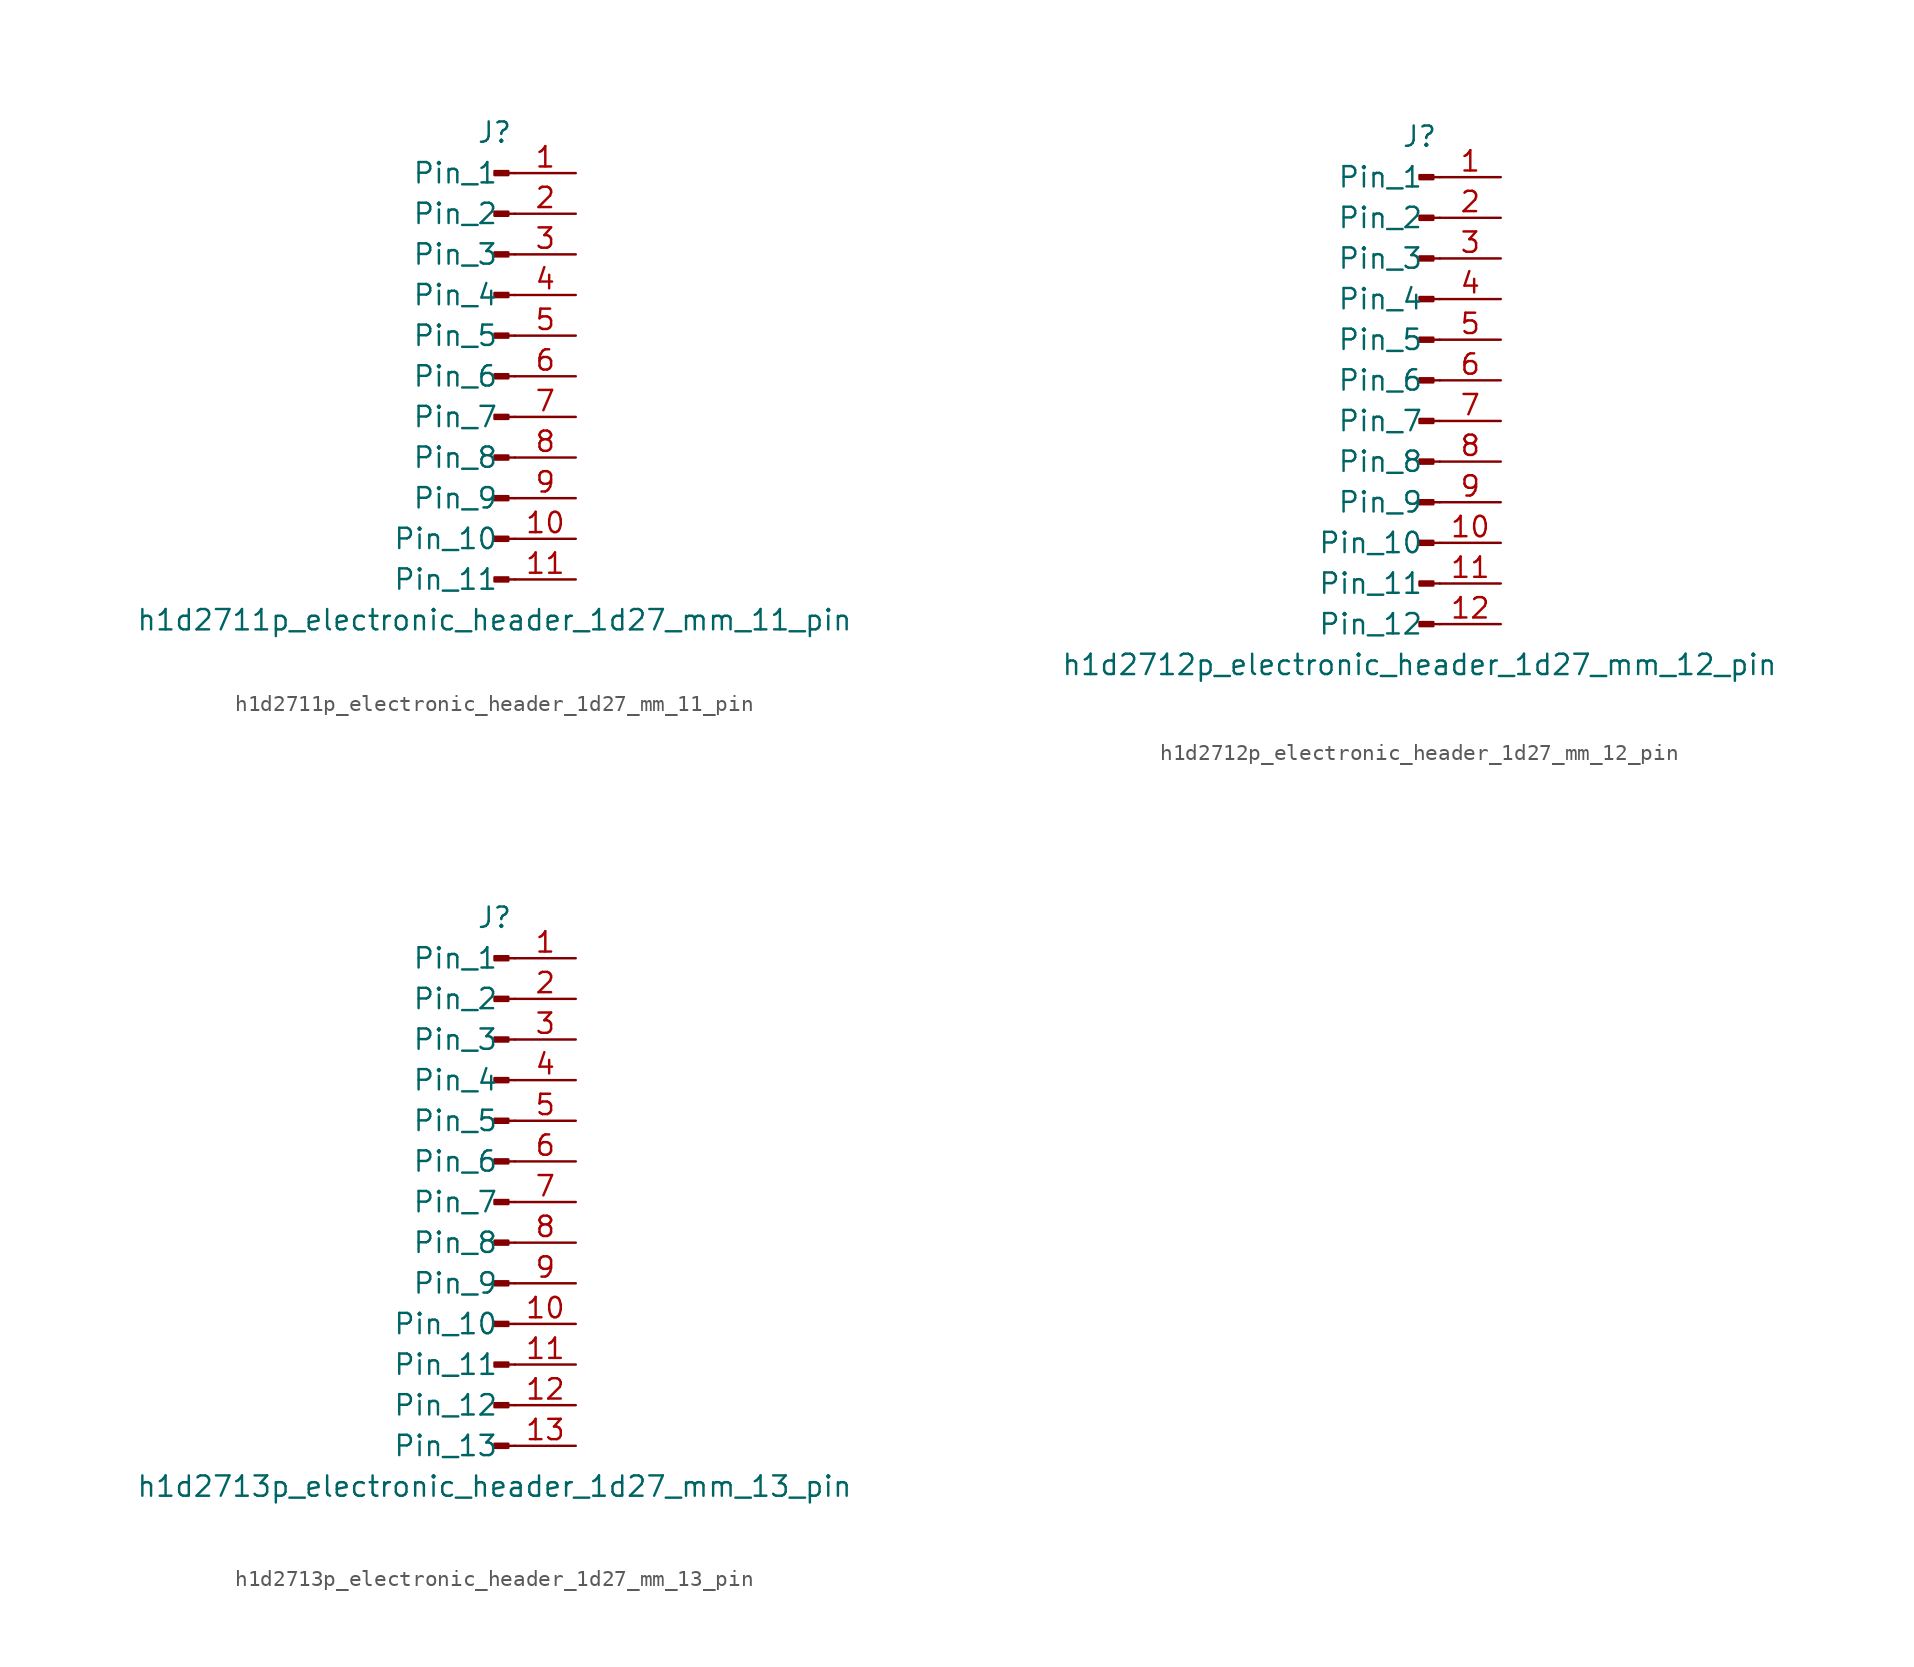
<source format=kicad_sym>
(kicad_symbol_lib
  (version 20220914)
  (generator kicad_symbol_editor)
  (symbol "h1d2711p_electronic_header_1d27_mm_11_pin"
    (pin_names
      (offset 1.016))
    (property "Reference" "J"
      (at 0 15.24 0)
      (effects (font (size 1.27 1.27))))
    (property "Value" "h1d2711p_electronic_header_1d27_mm_11_pin"
      (at 0 -15.24 0)
      (effects (font (size 1.27 1.27))))
    (property "ki_locked" ""
      (at 0 0 0)
      (effects (font (size 1.27 1.27))))
    (symbol "h1d2711p_electronic_header_1d27_mm_11_pin_1_1"
      (polyline (pts (xy 1.27 -12.7) (xy 0.864 -12.7)) (stroke (width 0.152) (type default)) (fill (type none)))
      (polyline (pts (xy 1.27 -10.16) (xy 0.864 -10.16)) (stroke (width 0.152) (type default)) (fill (type none)))
      (polyline (pts (xy 1.27 -7.62) (xy 0.864 -7.62)) (stroke (width 0.152) (type default)) (fill (type none)))
      (polyline (pts (xy 1.27 -5.08) (xy 0.864 -5.08)) (stroke (width 0.152) (type default)) (fill (type none)))
      (polyline (pts (xy 1.27 -2.54) (xy 0.864 -2.54)) (stroke (width 0.152) (type default)) (fill (type none)))
      (polyline (pts (xy 1.27 0) (xy 0.864 0)) (stroke (width 0.152) (type default)) (fill (type none)))
      (polyline (pts (xy 1.27 2.54) (xy 0.864 2.54)) (stroke (width 0.152) (type default)) (fill (type none)))
      (polyline (pts (xy 1.27 5.08) (xy 0.864 5.08)) (stroke (width 0.152) (type default)) (fill (type none)))
      (polyline (pts (xy 1.27 7.62) (xy 0.864 7.62)) (stroke (width 0.152) (type default)) (fill (type none)))
      (polyline (pts (xy 1.27 10.16) (xy 0.864 10.16)) (stroke (width 0.152) (type default)) (fill (type none)))
      (polyline (pts (xy 1.27 12.7) (xy 0.864 12.7)) (stroke (width 0.152) (type default)) (fill (type none)))
      (rectangle (start 0.864 -12.573) (end 0 -12.827) (stroke (width 0.152) (type default)) (fill (type outline)))
      (rectangle (start 0.864 -10.033) (end 0 -10.287) (stroke (width 0.152) (type default)) (fill (type outline)))
      (rectangle (start 0.864 -7.493) (end 0 -7.747) (stroke (width 0.152) (type default)) (fill (type outline)))
      (rectangle (start 0.864 -4.953) (end 0 -5.207) (stroke (width 0.152) (type default)) (fill (type outline)))
      (rectangle (start 0.864 -2.413) (end 0 -2.667) (stroke (width 0.152) (type default)) (fill (type outline)))
      (rectangle (start 0.864 0.127) (end 0 -0.127) (stroke (width 0.152) (type default)) (fill (type outline)))
      (rectangle (start 0.864 2.667) (end 0 2.413) (stroke (width 0.152) (type default)) (fill (type outline)))
      (rectangle (start 0.864 5.207) (end 0 4.953) (stroke (width 0.152) (type default)) (fill (type outline)))
      (rectangle (start 0.864 7.747) (end 0 7.493) (stroke (width 0.152) (type default)) (fill (type outline)))
      (rectangle (start 0.864 10.287) (end 0 10.033) (stroke (width 0.152) (type default)) (fill (type outline)))
      (rectangle (start 0.864 12.827) (end 0 12.573) (stroke (width 0.152) (type default)) (fill (type outline)))
      (pin passive line (at 5.08 12.7 180) (length 3.81) (name "Pin_1" (effects (font (size 1.27 1.27)))) (number "1" (effects (font (size 1.27 1.27)))))
      (pin passive line (at 5.08 -10.16 180) (length 3.81) (name "Pin_10" (effects (font (size 1.27 1.27)))) (number "10" (effects (font (size 1.27 1.27)))))
      (pin passive line (at 5.08 -12.7 180) (length 3.81) (name "Pin_11" (effects (font (size 1.27 1.27)))) (number "11" (effects (font (size 1.27 1.27)))))
      (pin passive line (at 5.08 10.16 180) (length 3.81) (name "Pin_2" (effects (font (size 1.27 1.27)))) (number "2" (effects (font (size 1.27 1.27)))))
      (pin passive line (at 5.08 7.62 180) (length 3.81) (name "Pin_3" (effects (font (size 1.27 1.27)))) (number "3" (effects (font (size 1.27 1.27)))))
      (pin passive line (at 5.08 5.08 180) (length 3.81) (name "Pin_4" (effects (font (size 1.27 1.27)))) (number "4" (effects (font (size 1.27 1.27)))))
      (pin passive line (at 5.08 2.54 180) (length 3.81) (name "Pin_5" (effects (font (size 1.27 1.27)))) (number "5" (effects (font (size 1.27 1.27)))))
      (pin passive line (at 5.08 0 180) (length 3.81) (name "Pin_6" (effects (font (size 1.27 1.27)))) (number "6" (effects (font (size 1.27 1.27)))))
      (pin passive line (at 5.08 -2.54 180) (length 3.81) (name "Pin_7" (effects (font (size 1.27 1.27)))) (number "7" (effects (font (size 1.27 1.27)))))
      (pin passive line (at 5.08 -5.08 180) (length 3.81) (name "Pin_8" (effects (font (size 1.27 1.27)))) (number "8" (effects (font (size 1.27 1.27)))))
      (pin passive line (at 5.08 -7.62 180) (length 3.81) (name "Pin_9" (effects (font (size 1.27 1.27)))) (number "9" (effects (font (size 1.27 1.27)))))))
  (symbol "h1d2712p_electronic_header_1d27_mm_12_pin"
    (pin_names
      (offset 1.016))
    (property "Reference" "J"
      (at 0 15.24 0)
      (effects (font (size 1.27 1.27))))
    (property "Value" "h1d2712p_electronic_header_1d27_mm_12_pin"
      (at 0 -17.78 0)
      (effects (font (size 1.27 1.27))))
    (property "ki_locked" ""
      (at 0 0 0)
      (effects (font (size 1.27 1.27))))
    (symbol "h1d2712p_electronic_header_1d27_mm_12_pin_1_1"
      (polyline (pts (xy 1.27 -15.24) (xy 0.864 -15.24)) (stroke (width 0.152) (type default)) (fill (type none)))
      (polyline (pts (xy 1.27 -12.7) (xy 0.864 -12.7)) (stroke (width 0.152) (type default)) (fill (type none)))
      (polyline (pts (xy 1.27 -10.16) (xy 0.864 -10.16)) (stroke (width 0.152) (type default)) (fill (type none)))
      (polyline (pts (xy 1.27 -7.62) (xy 0.864 -7.62)) (stroke (width 0.152) (type default)) (fill (type none)))
      (polyline (pts (xy 1.27 -5.08) (xy 0.864 -5.08)) (stroke (width 0.152) (type default)) (fill (type none)))
      (polyline (pts (xy 1.27 -2.54) (xy 0.864 -2.54)) (stroke (width 0.152) (type default)) (fill (type none)))
      (polyline (pts (xy 1.27 0) (xy 0.864 0)) (stroke (width 0.152) (type default)) (fill (type none)))
      (polyline (pts (xy 1.27 2.54) (xy 0.864 2.54)) (stroke (width 0.152) (type default)) (fill (type none)))
      (polyline (pts (xy 1.27 5.08) (xy 0.864 5.08)) (stroke (width 0.152) (type default)) (fill (type none)))
      (polyline (pts (xy 1.27 7.62) (xy 0.864 7.62)) (stroke (width 0.152) (type default)) (fill (type none)))
      (polyline (pts (xy 1.27 10.16) (xy 0.864 10.16)) (stroke (width 0.152) (type default)) (fill (type none)))
      (polyline (pts (xy 1.27 12.7) (xy 0.864 12.7)) (stroke (width 0.152) (type default)) (fill (type none)))
      (rectangle (start 0.864 -15.113) (end 0 -15.367) (stroke (width 0.152) (type default)) (fill (type outline)))
      (rectangle (start 0.864 -12.573) (end 0 -12.827) (stroke (width 0.152) (type default)) (fill (type outline)))
      (rectangle (start 0.864 -10.033) (end 0 -10.287) (stroke (width 0.152) (type default)) (fill (type outline)))
      (rectangle (start 0.864 -7.493) (end 0 -7.747) (stroke (width 0.152) (type default)) (fill (type outline)))
      (rectangle (start 0.864 -4.953) (end 0 -5.207) (stroke (width 0.152) (type default)) (fill (type outline)))
      (rectangle (start 0.864 -2.413) (end 0 -2.667) (stroke (width 0.152) (type default)) (fill (type outline)))
      (rectangle (start 0.864 0.127) (end 0 -0.127) (stroke (width 0.152) (type default)) (fill (type outline)))
      (rectangle (start 0.864 2.667) (end 0 2.413) (stroke (width 0.152) (type default)) (fill (type outline)))
      (rectangle (start 0.864 5.207) (end 0 4.953) (stroke (width 0.152) (type default)) (fill (type outline)))
      (rectangle (start 0.864 7.747) (end 0 7.493) (stroke (width 0.152) (type default)) (fill (type outline)))
      (rectangle (start 0.864 10.287) (end 0 10.033) (stroke (width 0.152) (type default)) (fill (type outline)))
      (rectangle (start 0.864 12.827) (end 0 12.573) (stroke (width 0.152) (type default)) (fill (type outline)))
      (pin passive line (at 5.08 12.7 180) (length 3.81) (name "Pin_1" (effects (font (size 1.27 1.27)))) (number "1" (effects (font (size 1.27 1.27)))))
      (pin passive line (at 5.08 -10.16 180) (length 3.81) (name "Pin_10" (effects (font (size 1.27 1.27)))) (number "10" (effects (font (size 1.27 1.27)))))
      (pin passive line (at 5.08 -12.7 180) (length 3.81) (name "Pin_11" (effects (font (size 1.27 1.27)))) (number "11" (effects (font (size 1.27 1.27)))))
      (pin passive line (at 5.08 -15.24 180) (length 3.81) (name "Pin_12" (effects (font (size 1.27 1.27)))) (number "12" (effects (font (size 1.27 1.27)))))
      (pin passive line (at 5.08 10.16 180) (length 3.81) (name "Pin_2" (effects (font (size 1.27 1.27)))) (number "2" (effects (font (size 1.27 1.27)))))
      (pin passive line (at 5.08 7.62 180) (length 3.81) (name "Pin_3" (effects (font (size 1.27 1.27)))) (number "3" (effects (font (size 1.27 1.27)))))
      (pin passive line (at 5.08 5.08 180) (length 3.81) (name "Pin_4" (effects (font (size 1.27 1.27)))) (number "4" (effects (font (size 1.27 1.27)))))
      (pin passive line (at 5.08 2.54 180) (length 3.81) (name "Pin_5" (effects (font (size 1.27 1.27)))) (number "5" (effects (font (size 1.27 1.27)))))
      (pin passive line (at 5.08 0 180) (length 3.81) (name "Pin_6" (effects (font (size 1.27 1.27)))) (number "6" (effects (font (size 1.27 1.27)))))
      (pin passive line (at 5.08 -2.54 180) (length 3.81) (name "Pin_7" (effects (font (size 1.27 1.27)))) (number "7" (effects (font (size 1.27 1.27)))))
      (pin passive line (at 5.08 -5.08 180) (length 3.81) (name "Pin_8" (effects (font (size 1.27 1.27)))) (number "8" (effects (font (size 1.27 1.27)))))
      (pin passive line (at 5.08 -7.62 180) (length 3.81) (name "Pin_9" (effects (font (size 1.27 1.27)))) (number "9" (effects (font (size 1.27 1.27)))))))
  (symbol "h1d2713p_electronic_header_1d27_mm_13_pin"
    (pin_names
      (offset 1.016))
    (property "Reference" "J"
      (at 0 17.78 0)
      (effects (font (size 1.27 1.27))))
    (property "Value" "h1d2713p_electronic_header_1d27_mm_13_pin"
      (at 0 -17.78 0)
      (effects (font (size 1.27 1.27))))
    (property "ki_locked" ""
      (at 0 0 0)
      (effects (font (size 1.27 1.27))))
    (symbol "h1d2713p_electronic_header_1d27_mm_13_pin_1_1"
      (polyline (pts (xy 1.27 -15.24) (xy 0.864 -15.24)) (stroke (width 0.152) (type default)) (fill (type none)))
      (polyline (pts (xy 1.27 -12.7) (xy 0.864 -12.7)) (stroke (width 0.152) (type default)) (fill (type none)))
      (polyline (pts (xy 1.27 -10.16) (xy 0.864 -10.16)) (stroke (width 0.152) (type default)) (fill (type none)))
      (polyline (pts (xy 1.27 -7.62) (xy 0.864 -7.62)) (stroke (width 0.152) (type default)) (fill (type none)))
      (polyline (pts (xy 1.27 -5.08) (xy 0.864 -5.08)) (stroke (width 0.152) (type default)) (fill (type none)))
      (polyline (pts (xy 1.27 -2.54) (xy 0.864 -2.54)) (stroke (width 0.152) (type default)) (fill (type none)))
      (polyline (pts (xy 1.27 0) (xy 0.864 0)) (stroke (width 0.152) (type default)) (fill (type none)))
      (polyline (pts (xy 1.27 2.54) (xy 0.864 2.54)) (stroke (width 0.152) (type default)) (fill (type none)))
      (polyline (pts (xy 1.27 5.08) (xy 0.864 5.08)) (stroke (width 0.152) (type default)) (fill (type none)))
      (polyline (pts (xy 1.27 7.62) (xy 0.864 7.62)) (stroke (width 0.152) (type default)) (fill (type none)))
      (polyline (pts (xy 1.27 10.16) (xy 0.864 10.16)) (stroke (width 0.152) (type default)) (fill (type none)))
      (polyline (pts (xy 1.27 12.7) (xy 0.864 12.7)) (stroke (width 0.152) (type default)) (fill (type none)))
      (polyline (pts (xy 1.27 15.24) (xy 0.864 15.24)) (stroke (width 0.152) (type default)) (fill (type none)))
      (rectangle (start 0.864 -15.113) (end 0 -15.367) (stroke (width 0.152) (type default)) (fill (type outline)))
      (rectangle (start 0.864 -12.573) (end 0 -12.827) (stroke (width 0.152) (type default)) (fill (type outline)))
      (rectangle (start 0.864 -10.033) (end 0 -10.287) (stroke (width 0.152) (type default)) (fill (type outline)))
      (rectangle (start 0.864 -7.493) (end 0 -7.747) (stroke (width 0.152) (type default)) (fill (type outline)))
      (rectangle (start 0.864 -4.953) (end 0 -5.207) (stroke (width 0.152) (type default)) (fill (type outline)))
      (rectangle (start 0.864 -2.413) (end 0 -2.667) (stroke (width 0.152) (type default)) (fill (type outline)))
      (rectangle (start 0.864 0.127) (end 0 -0.127) (stroke (width 0.152) (type default)) (fill (type outline)))
      (rectangle (start 0.864 2.667) (end 0 2.413) (stroke (width 0.152) (type default)) (fill (type outline)))
      (rectangle (start 0.864 5.207) (end 0 4.953) (stroke (width 0.152) (type default)) (fill (type outline)))
      (rectangle (start 0.864 7.747) (end 0 7.493) (stroke (width 0.152) (type default)) (fill (type outline)))
      (rectangle (start 0.864 10.287) (end 0 10.033) (stroke (width 0.152) (type default)) (fill (type outline)))
      (rectangle (start 0.864 12.827) (end 0 12.573) (stroke (width 0.152) (type default)) (fill (type outline)))
      (rectangle (start 0.864 15.367) (end 0 15.113) (stroke (width 0.152) (type default)) (fill (type outline)))
      (pin passive line (at 5.08 15.24 180) (length 3.81) (name "Pin_1" (effects (font (size 1.27 1.27)))) (number "1" (effects (font (size 1.27 1.27)))))
      (pin passive line (at 5.08 -7.62 180) (length 3.81) (name "Pin_10" (effects (font (size 1.27 1.27)))) (number "10" (effects (font (size 1.27 1.27)))))
      (pin passive line (at 5.08 -10.16 180) (length 3.81) (name "Pin_11" (effects (font (size 1.27 1.27)))) (number "11" (effects (font (size 1.27 1.27)))))
      (pin passive line (at 5.08 -12.7 180) (length 3.81) (name "Pin_12" (effects (font (size 1.27 1.27)))) (number "12" (effects (font (size 1.27 1.27)))))
      (pin passive line (at 5.08 -15.24 180) (length 3.81) (name "Pin_13" (effects (font (size 1.27 1.27)))) (number "13" (effects (font (size 1.27 1.27)))))
      (pin passive line (at 5.08 12.7 180) (length 3.81) (name "Pin_2" (effects (font (size 1.27 1.27)))) (number "2" (effects (font (size 1.27 1.27)))))
      (pin passive line (at 5.08 10.16 180) (length 3.81) (name "Pin_3" (effects (font (size 1.27 1.27)))) (number "3" (effects (font (size 1.27 1.27)))))
      (pin passive line (at 5.08 7.62 180) (length 3.81) (name "Pin_4" (effects (font (size 1.27 1.27)))) (number "4" (effects (font (size 1.27 1.27)))))
      (pin passive line (at 5.08 5.08 180) (length 3.81) (name "Pin_5" (effects (font (size 1.27 1.27)))) (number "5" (effects (font (size 1.27 1.27)))))
      (pin passive line (at 5.08 2.54 180) (length 3.81) (name "Pin_6" (effects (font (size 1.27 1.27)))) (number "6" (effects (font (size 1.27 1.27)))))
      (pin passive line (at 5.08 0 180) (length 3.81) (name "Pin_7" (effects (font (size 1.27 1.27)))) (number "7" (effects (font (size 1.27 1.27)))))
      (pin passive line (at 5.08 -2.54 180) (length 3.81) (name "Pin_8" (effects (font (size 1.27 1.27)))) (number "8" (effects (font (size 1.27 1.27)))))
      (pin passive line (at 5.08 -5.08 180) (length 3.81) (name "Pin_9" (effects (font (size 1.27 1.27)))) (number "9" (effects (font (size 1.27 1.27))))))))
</source>
